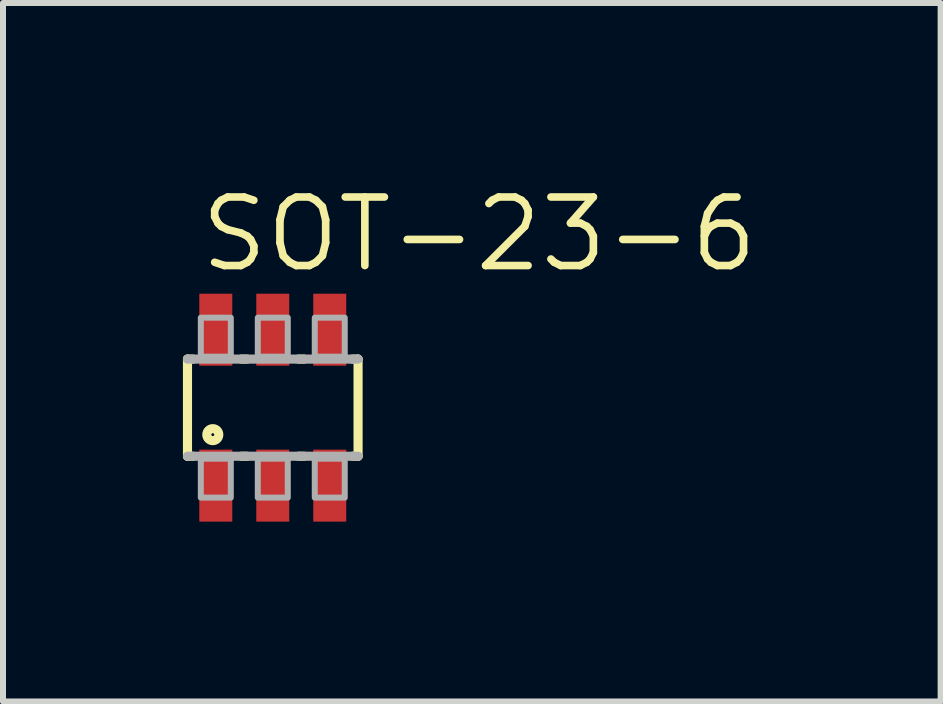
<source format=kicad_pcb>
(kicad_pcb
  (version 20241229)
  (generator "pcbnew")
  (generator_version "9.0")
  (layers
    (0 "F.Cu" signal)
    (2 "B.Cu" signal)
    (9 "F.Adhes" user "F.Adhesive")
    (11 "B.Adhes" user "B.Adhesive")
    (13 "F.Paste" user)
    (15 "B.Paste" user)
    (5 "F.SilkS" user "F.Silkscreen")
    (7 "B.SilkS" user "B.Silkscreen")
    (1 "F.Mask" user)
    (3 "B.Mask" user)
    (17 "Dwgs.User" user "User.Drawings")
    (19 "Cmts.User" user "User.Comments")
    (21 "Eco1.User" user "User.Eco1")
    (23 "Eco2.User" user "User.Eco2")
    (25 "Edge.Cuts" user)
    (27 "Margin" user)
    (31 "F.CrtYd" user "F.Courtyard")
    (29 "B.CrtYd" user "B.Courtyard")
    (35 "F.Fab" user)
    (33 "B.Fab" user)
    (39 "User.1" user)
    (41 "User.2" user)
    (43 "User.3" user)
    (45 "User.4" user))
  (footprint "SOT-23-6"
    (layer "F.Cu")
    (at 1.498 3.747)
    (property "Reference" "SOT-23-6" (at -1.27 -2.223 0) (unlocked yes) (layer "F.SilkS") (effects (font (size 1.143 1.143) (thickness 0.127)) (justify left bottom)))
    (fp_line (start -1.422 -0.81) (end -1.328 -0.81) (stroke (width 0.152) (type solid)) (layer "F.SilkS"))
    (fp_line (start -1.422 0.81) (end -1.422 -0.81) (stroke (width 0.152) (type solid)) (layer "F.SilkS"))
    (fp_line (start -1.328 0.81) (end -1.422 0.81) (stroke (width 0.152) (type solid)) (layer "F.SilkS"))
    (fp_line (start -0.522 -0.81) (end -0.428 -0.81) (stroke (width 0.152) (type solid)) (layer "F.SilkS"))
    (fp_line (start -0.428 0.81) (end -0.522 0.81) (stroke (width 0.152) (type solid)) (layer "F.SilkS"))
    (fp_line (start 0.428 -0.81) (end 0.522 -0.81) (stroke (width 0.152) (type solid)) (layer "F.SilkS"))
    (fp_line (start 0.522 0.81) (end 0.428 0.81) (stroke (width 0.152) (type solid)) (layer "F.SilkS"))
    (fp_line (start 1.328 -0.81) (end 1.422 -0.81) (stroke (width 0.152) (type solid)) (layer "F.SilkS"))
    (fp_line (start 1.422 -0.81) (end 1.422 0.81) (stroke (width 0.152) (type solid)) (layer "F.SilkS"))
    (fp_line (start 1.422 0.81) (end 1.328 0.81) (stroke (width 0.152) (type solid)) (layer "F.SilkS"))
    (fp_circle (center -1 0.45) (end -0.9 0.45) (stroke (width 0.152) (type solid)) (fill no) (layer "F.SilkS"))
    (fp_line (start -1.422 -0.81) (end 1.422 -0.81) (stroke (width 0.152) (type solid)) (layer "F.Fab"))
    (fp_line (start 1.422 0.81) (end -1.422 0.81) (stroke (width 0.152) (type solid)) (layer "F.Fab"))
    (fp_poly (pts (xy -1.2 -0.85) (xy -0.7 -0.85) (xy -0.7 -1.5) (xy -1.2 -1.5)) (stroke (width 0.1) (type default)) (fill no) (layer "F.Fab"))
    (fp_poly (pts (xy -1.2 1.5) (xy -0.7 1.5) (xy -0.7 0.85) (xy -1.2 0.85)) (stroke (width 0.1) (type default)) (fill no) (layer "F.Fab"))
    (fp_poly (pts (xy -0.25 -0.85) (xy 0.25 -0.85) (xy 0.25 -1.5) (xy -0.25 -1.5)) (stroke (width 0.1) (type default)) (fill no) (layer "F.Fab"))
    (fp_poly (pts (xy -0.25 1.5) (xy 0.25 1.5) (xy 0.25 0.85) (xy -0.25 0.85)) (stroke (width 0.1) (type default)) (fill no) (layer "F.Fab"))
    (fp_poly (pts (xy 0.7 -0.85) (xy 1.2 -0.85) (xy 1.2 -1.5) (xy 0.7 -1.5)) (stroke (width 0.1) (type default)) (fill no) (layer "F.Fab"))
    (fp_poly (pts (xy 0.7 1.5) (xy 1.2 1.5) (xy 1.2 0.85) (xy 0.7 0.85)) (stroke (width 0.1) (type default)) (fill no) (layer "F.Fab"))
    (pad "1" smd rect (at -0.95 1.3) (size 0.55 1.2) (layers "F.Cu" "F.Mask" "F.Paste"))
    (pad "2" smd rect (at 0 1.3) (size 0.55 1.2) (layers "F.Cu" "F.Mask" "F.Paste"))
    (pad "3" smd rect (at 0.95 1.3) (size 0.55 1.2) (layers "F.Cu" "F.Mask" "F.Paste"))
    (pad "4" smd rect (at 0.95 -1.3) (size 0.55 1.2) (layers "F.Cu" "F.Mask" "F.Paste"))
    (pad "5" smd rect (at 0 -1.3) (size 0.55 1.2) (layers "F.Cu" "F.Mask" "F.Paste"))
    (pad "6" smd rect (at -0.95 -1.3) (size 0.55 1.2) (layers "F.Cu" "F.Mask" "F.Paste")))
  (gr_rect
    (start -3 -3)
    (end 12.633 8.646)
    (stroke (width 0.1) (type default))
    (fill no)
    (layer "Edge.Cuts")))
</source>
